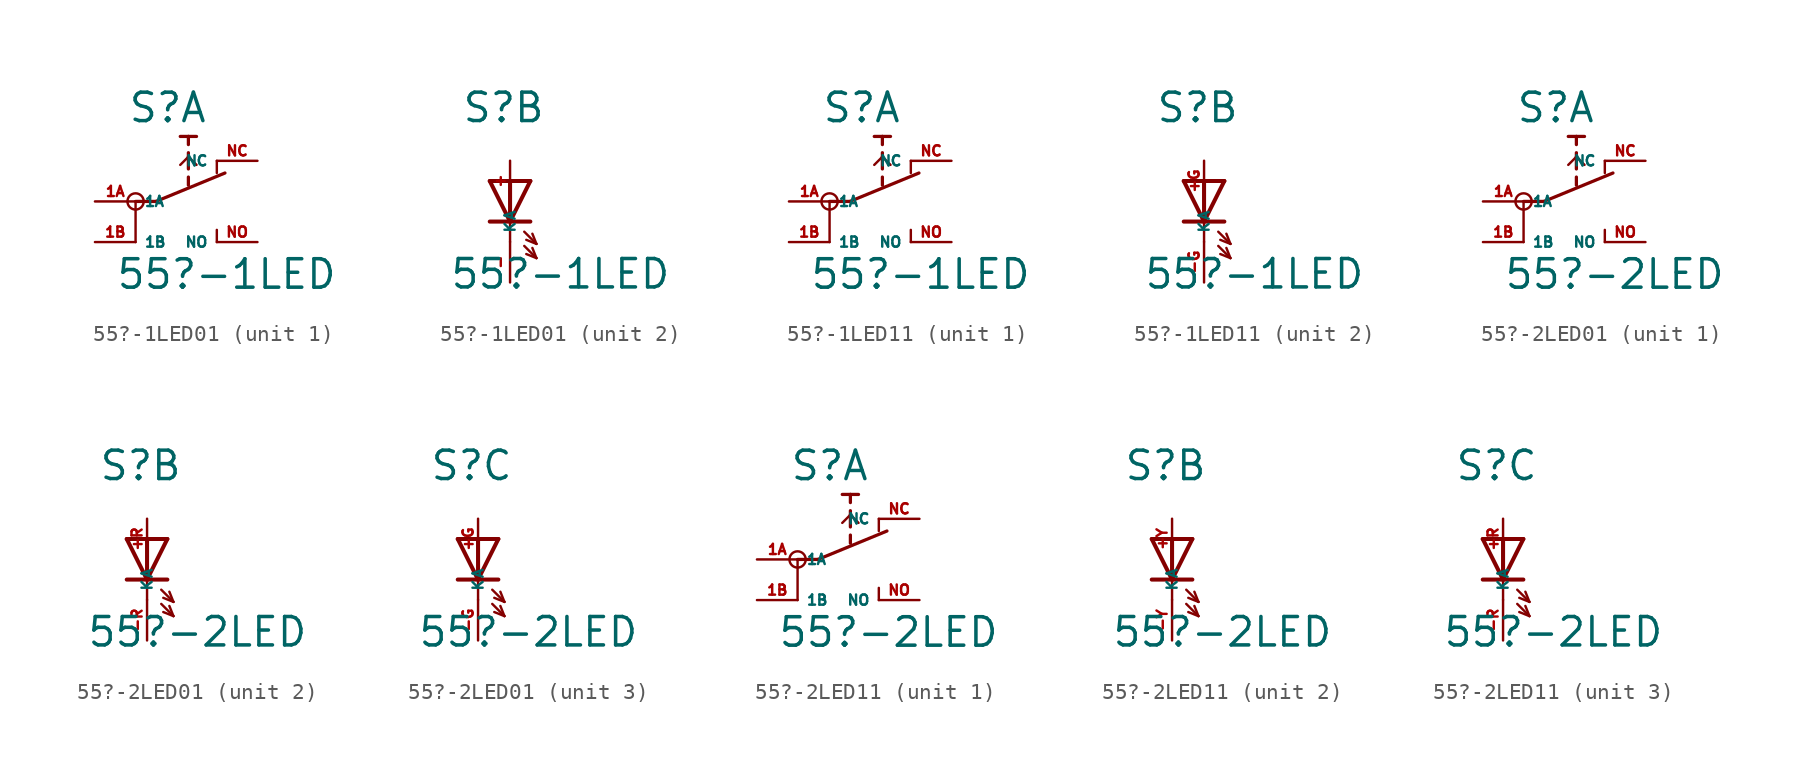
<source format=kicad_sym>
(kicad_symbol_lib
  (version 20220914)
  (generator Eagle2Kicad)
  (symbol "55?-1LED01"
    (property "Reference" "S"
      (at -3.048 4.826 0)
      (effects (font (size 1.778 1.778) (thickness 0.22)) (justify left bottom)))
    (property "Value" "55?-1LED"
      (at -3.81 -5.588 0)
      (effects (font (size 1.778 1.778) (thickness 0.22)) (justify left bottom)))
    (symbol "55?-1LED01_1_0"
      (polyline (pts (xy -2.54 0) (xy -2.54 -2.54)) (stroke (width 0.152) (type default)) (fill (type none)))
      (polyline (pts (xy -1.27 0) (xy 3.048 1.778)) (stroke (width 0.203) (type default)) (fill (type none)))
      (polyline (pts (xy 0.762 1.016) (xy 0.762 1.524)) (stroke (width 0.203) (type default)) (fill (type none)))
      (polyline (pts (xy 0.762 2.032) (xy 0.762 2.794)) (stroke (width 0.203) (type default)) (fill (type none)))
      (polyline (pts (xy 0.762 2.794) (xy 0.762 3.048)) (stroke (width 0.203) (type default)) (fill (type none)))
      (polyline (pts (xy 0.762 3.556) (xy 0.762 4.064)) (stroke (width 0.203) (type default)) (fill (type none)))
      (polyline (pts (xy 1.27 4.064) (xy 0.762 4.064)) (stroke (width 0.203) (type default)) (fill (type none)))
      (polyline (pts (xy 0.762 4.064) (xy 0.254 4.064)) (stroke (width 0.203) (type default)) (fill (type none)))
      (polyline (pts (xy 0.254 2.286) (xy 0.762 2.794)) (stroke (width 0.152) (type default)) (fill (type none)))
      (polyline (pts (xy 0.762 2.794) (xy 1.27 2.286)) (stroke (width 0.152) (type default)) (fill (type none)))
      (polyline (pts (xy -2.54 0) (xy -1.27 0)) (stroke (width 0.203) (type default)) (fill (type none)))
      (polyline (pts (xy 2.54 -1.778) (xy 2.54 -2.54)) (stroke (width 0.152) (type default)) (fill (type none)))
      (polyline (pts (xy 2.54 2.54) (xy 2.54 1.778)) (stroke (width 0.152) (type default)) (fill (type none)))
      (circle (center -2.54 0) (radius 0.508) (stroke (width 0) (type default)) (fill (type none)))
      (pin passive line (at -5.08 0 0) (length 2.54) (name "1A" (effects (font (size 0.635 0.635) (thickness 0.08)) (justify left bottom))) (number "1A" (effects (font (size 0.635 0.635) (thickness 0.08)) (justify left bottom))))
      (pin passive line (at -5.08 -2.54 0) (length 2.54) (name "1B" (effects (font (size 0.635 0.635) (thickness 0.08)) (justify left bottom))) (number "1B" (effects (font (size 0.635 0.635) (thickness 0.08)) (justify left bottom))))
      (pin passive line (at 5.08 -2.54 180) (length 2.54) (name "NO" (effects (font (size 0.635 0.635) (thickness 0.08)) (justify left bottom))) (number "NO" (effects (font (size 0.635 0.635) (thickness 0.08)) (justify left bottom))))
      (pin passive line (at 5.08 2.54 180) (length 2.54) (name "NC" (effects (font (size 0.635 0.635) (thickness 0.08)) (justify left bottom))) (number "NC" (effects (font (size 0.635 0.635) (thickness 0.08)) (justify left bottom)))))
    (symbol "55?-1LED01_2_0"
      (polyline (pts (xy 1.27 1.27) (xy 0 -1.27)) (stroke (width 0.254) (type default)) (fill (type none)))
      (polyline (pts (xy 0 -1.27) (xy 0 -2.54)) (stroke (width 0.152) (type default)) (fill (type none)))
      (polyline (pts (xy 0 -1.27) (xy -1.27 1.27)) (stroke (width 0.254) (type default)) (fill (type none)))
      (polyline (pts (xy 1.27 -1.27) (xy 0 -1.27)) (stroke (width 0.254) (type default)) (fill (type none)))
      (polyline (pts (xy 0 -1.27) (xy -1.27 -1.27)) (stroke (width 0.254) (type default)) (fill (type none)))
      (polyline (pts (xy 0.889 -1.905) (xy 1.651 -2.667)) (stroke (width 0.152) (type default)) (fill (type none)))
      (polyline (pts (xy 1.651 -2.667) (xy 1.397 -2.032)) (stroke (width 0.152) (type default)) (fill (type none)))
      (polyline (pts (xy 1.651 -2.667) (xy 1.016 -2.413)) (stroke (width 0.152) (type default)) (fill (type none)))
      (polyline (pts (xy 0.889 -2.794) (xy 1.651 -3.556)) (stroke (width 0.152) (type default)) (fill (type none)))
      (polyline (pts (xy 1.651 -3.556) (xy 1.397 -2.921)) (stroke (width 0.152) (type default)) (fill (type none)))
      (polyline (pts (xy 1.651 -3.556) (xy 1.016 -3.302)) (stroke (width 0.152) (type default)) (fill (type none)))
      (polyline (pts (xy 1.27 1.27) (xy 0 1.27)) (stroke (width 0.254) (type default)) (fill (type none)))
      (polyline (pts (xy 0 1.27) (xy -1.27 1.27)) (stroke (width 0.254) (type default)) (fill (type none)))
      (polyline (pts (xy 0 1.27) (xy 0 -1.27)) (stroke (width 0.254) (type default)) (fill (type none)))
      (pin passive line (at 0 -5.08 90) (length 2.54) (name "K" (effects (font (size 0.635 0.635) (thickness 0.08)) (justify left bottom))) (number "-" (effects (font (size 0.635 0.635) (thickness 0.08)) (justify left bottom))))
      (pin passive line (at 0 2.54 270) (length 2.54) (name "A" (effects (font (size 0.635 0.635) (thickness 0.08)) (justify left bottom))) (number "+" (effects (font (size 0.635 0.635) (thickness 0.08)) (justify left bottom))))))
  (symbol "55?-1LED11"
    (property "Reference" "S"
      (at -3.048 4.826 0)
      (effects (font (size 1.778 1.778) (thickness 0.22)) (justify left bottom)))
    (property "Value" "55?-1LED"
      (at -3.81 -5.588 0)
      (effects (font (size 1.778 1.778) (thickness 0.22)) (justify left bottom)))
    (symbol "55?-1LED11_1_0"
      (polyline (pts (xy -2.54 0) (xy -2.54 -2.54)) (stroke (width 0.152) (type default)) (fill (type none)))
      (polyline (pts (xy -1.27 0) (xy 3.048 1.778)) (stroke (width 0.203) (type default)) (fill (type none)))
      (polyline (pts (xy 0.762 1.016) (xy 0.762 1.524)) (stroke (width 0.203) (type default)) (fill (type none)))
      (polyline (pts (xy 0.762 2.032) (xy 0.762 2.794)) (stroke (width 0.203) (type default)) (fill (type none)))
      (polyline (pts (xy 0.762 2.794) (xy 0.762 3.048)) (stroke (width 0.203) (type default)) (fill (type none)))
      (polyline (pts (xy 0.762 3.556) (xy 0.762 4.064)) (stroke (width 0.203) (type default)) (fill (type none)))
      (polyline (pts (xy 1.27 4.064) (xy 0.762 4.064)) (stroke (width 0.203) (type default)) (fill (type none)))
      (polyline (pts (xy 0.762 4.064) (xy 0.254 4.064)) (stroke (width 0.203) (type default)) (fill (type none)))
      (polyline (pts (xy 0.254 2.286) (xy 0.762 2.794)) (stroke (width 0.152) (type default)) (fill (type none)))
      (polyline (pts (xy 0.762 2.794) (xy 1.27 2.286)) (stroke (width 0.152) (type default)) (fill (type none)))
      (polyline (pts (xy -2.54 0) (xy -1.27 0)) (stroke (width 0.203) (type default)) (fill (type none)))
      (polyline (pts (xy 2.54 -1.778) (xy 2.54 -2.54)) (stroke (width 0.152) (type default)) (fill (type none)))
      (polyline (pts (xy 2.54 2.54) (xy 2.54 1.778)) (stroke (width 0.152) (type default)) (fill (type none)))
      (circle (center -2.54 0) (radius 0.508) (stroke (width 0) (type default)) (fill (type none)))
      (pin passive line (at -5.08 0 0) (length 2.54) (name "1A" (effects (font (size 0.635 0.635) (thickness 0.08)) (justify left bottom))) (number "1A" (effects (font (size 0.635 0.635) (thickness 0.08)) (justify left bottom))))
      (pin passive line (at -5.08 -2.54 0) (length 2.54) (name "1B" (effects (font (size 0.635 0.635) (thickness 0.08)) (justify left bottom))) (number "1B" (effects (font (size 0.635 0.635) (thickness 0.08)) (justify left bottom))))
      (pin passive line (at 5.08 -2.54 180) (length 2.54) (name "NO" (effects (font (size 0.635 0.635) (thickness 0.08)) (justify left bottom))) (number "NO" (effects (font (size 0.635 0.635) (thickness 0.08)) (justify left bottom))))
      (pin passive line (at 5.08 2.54 180) (length 2.54) (name "NC" (effects (font (size 0.635 0.635) (thickness 0.08)) (justify left bottom))) (number "NC" (effects (font (size 0.635 0.635) (thickness 0.08)) (justify left bottom)))))
    (symbol "55?-1LED11_2_0"
      (polyline (pts (xy 1.27 1.27) (xy 0 -1.27)) (stroke (width 0.254) (type default)) (fill (type none)))
      (polyline (pts (xy 0 -1.27) (xy 0 -2.54)) (stroke (width 0.152) (type default)) (fill (type none)))
      (polyline (pts (xy 0 -1.27) (xy -1.27 1.27)) (stroke (width 0.254) (type default)) (fill (type none)))
      (polyline (pts (xy 1.27 -1.27) (xy 0 -1.27)) (stroke (width 0.254) (type default)) (fill (type none)))
      (polyline (pts (xy 0 -1.27) (xy -1.27 -1.27)) (stroke (width 0.254) (type default)) (fill (type none)))
      (polyline (pts (xy 0.889 -1.905) (xy 1.651 -2.667)) (stroke (width 0.152) (type default)) (fill (type none)))
      (polyline (pts (xy 1.651 -2.667) (xy 1.397 -2.032)) (stroke (width 0.152) (type default)) (fill (type none)))
      (polyline (pts (xy 1.651 -2.667) (xy 1.016 -2.413)) (stroke (width 0.152) (type default)) (fill (type none)))
      (polyline (pts (xy 0.889 -2.794) (xy 1.651 -3.556)) (stroke (width 0.152) (type default)) (fill (type none)))
      (polyline (pts (xy 1.651 -3.556) (xy 1.397 -2.921)) (stroke (width 0.152) (type default)) (fill (type none)))
      (polyline (pts (xy 1.651 -3.556) (xy 1.016 -3.302)) (stroke (width 0.152) (type default)) (fill (type none)))
      (polyline (pts (xy 1.27 1.27) (xy 0 1.27)) (stroke (width 0.254) (type default)) (fill (type none)))
      (polyline (pts (xy 0 1.27) (xy -1.27 1.27)) (stroke (width 0.254) (type default)) (fill (type none)))
      (polyline (pts (xy 0 1.27) (xy 0 -1.27)) (stroke (width 0.254) (type default)) (fill (type none)))
      (pin passive line (at 0 -5.08 90) (length 2.54) (name "K" (effects (font (size 0.635 0.635) (thickness 0.08)) (justify left bottom))) (number "-G" (effects (font (size 0.635 0.635) (thickness 0.08)) (justify left bottom))))
      (pin passive line (at 0 2.54 270) (length 2.54) (name "A" (effects (font (size 0.635 0.635) (thickness 0.08)) (justify left bottom))) (number "+G" (effects (font (size 0.635 0.635) (thickness 0.08)) (justify left bottom))))))
  (symbol "55?-2LED01"
    (property "Reference" "S"
      (at -3.048 4.826 0)
      (effects (font (size 1.778 1.778) (thickness 0.22)) (justify left bottom)))
    (property "Value" "55?-2LED"
      (at -3.81 -5.588 0)
      (effects (font (size 1.778 1.778) (thickness 0.22)) (justify left bottom)))
    (symbol "55?-2LED01_1_0"
      (polyline (pts (xy -2.54 0) (xy -2.54 -2.54)) (stroke (width 0.152) (type default)) (fill (type none)))
      (polyline (pts (xy -1.27 0) (xy 3.048 1.778)) (stroke (width 0.203) (type default)) (fill (type none)))
      (polyline (pts (xy 0.762 1.016) (xy 0.762 1.524)) (stroke (width 0.203) (type default)) (fill (type none)))
      (polyline (pts (xy 0.762 2.032) (xy 0.762 2.794)) (stroke (width 0.203) (type default)) (fill (type none)))
      (polyline (pts (xy 0.762 2.794) (xy 0.762 3.048)) (stroke (width 0.203) (type default)) (fill (type none)))
      (polyline (pts (xy 0.762 3.556) (xy 0.762 4.064)) (stroke (width 0.203) (type default)) (fill (type none)))
      (polyline (pts (xy 1.27 4.064) (xy 0.762 4.064)) (stroke (width 0.203) (type default)) (fill (type none)))
      (polyline (pts (xy 0.762 4.064) (xy 0.254 4.064)) (stroke (width 0.203) (type default)) (fill (type none)))
      (polyline (pts (xy 0.254 2.286) (xy 0.762 2.794)) (stroke (width 0.152) (type default)) (fill (type none)))
      (polyline (pts (xy 0.762 2.794) (xy 1.27 2.286)) (stroke (width 0.152) (type default)) (fill (type none)))
      (polyline (pts (xy -2.54 0) (xy -1.27 0)) (stroke (width 0.203) (type default)) (fill (type none)))
      (polyline (pts (xy 2.54 -1.778) (xy 2.54 -2.54)) (stroke (width 0.152) (type default)) (fill (type none)))
      (polyline (pts (xy 2.54 2.54) (xy 2.54 1.778)) (stroke (width 0.152) (type default)) (fill (type none)))
      (circle (center -2.54 0) (radius 0.508) (stroke (width 0) (type default)) (fill (type none)))
      (pin passive line (at -5.08 0 0) (length 2.54) (name "1A" (effects (font (size 0.635 0.635) (thickness 0.08)) (justify left bottom))) (number "1A" (effects (font (size 0.635 0.635) (thickness 0.08)) (justify left bottom))))
      (pin passive line (at -5.08 -2.54 0) (length 2.54) (name "1B" (effects (font (size 0.635 0.635) (thickness 0.08)) (justify left bottom))) (number "1B" (effects (font (size 0.635 0.635) (thickness 0.08)) (justify left bottom))))
      (pin passive line (at 5.08 -2.54 180) (length 2.54) (name "NO" (effects (font (size 0.635 0.635) (thickness 0.08)) (justify left bottom))) (number "NO" (effects (font (size 0.635 0.635) (thickness 0.08)) (justify left bottom))))
      (pin passive line (at 5.08 2.54 180) (length 2.54) (name "NC" (effects (font (size 0.635 0.635) (thickness 0.08)) (justify left bottom))) (number "NC" (effects (font (size 0.635 0.635) (thickness 0.08)) (justify left bottom)))))
    (symbol "55?-2LED01_2_0"
      (polyline (pts (xy 1.27 1.27) (xy 0 -1.27)) (stroke (width 0.254) (type default)) (fill (type none)))
      (polyline (pts (xy 0 -1.27) (xy 0 -2.54)) (stroke (width 0.152) (type default)) (fill (type none)))
      (polyline (pts (xy 0 -1.27) (xy -1.27 1.27)) (stroke (width 0.254) (type default)) (fill (type none)))
      (polyline (pts (xy 1.27 -1.27) (xy 0 -1.27)) (stroke (width 0.254) (type default)) (fill (type none)))
      (polyline (pts (xy 0 -1.27) (xy -1.27 -1.27)) (stroke (width 0.254) (type default)) (fill (type none)))
      (polyline (pts (xy 0.889 -1.905) (xy 1.651 -2.667)) (stroke (width 0.152) (type default)) (fill (type none)))
      (polyline (pts (xy 1.651 -2.667) (xy 1.397 -2.032)) (stroke (width 0.152) (type default)) (fill (type none)))
      (polyline (pts (xy 1.651 -2.667) (xy 1.016 -2.413)) (stroke (width 0.152) (type default)) (fill (type none)))
      (polyline (pts (xy 0.889 -2.794) (xy 1.651 -3.556)) (stroke (width 0.152) (type default)) (fill (type none)))
      (polyline (pts (xy 1.651 -3.556) (xy 1.397 -2.921)) (stroke (width 0.152) (type default)) (fill (type none)))
      (polyline (pts (xy 1.651 -3.556) (xy 1.016 -3.302)) (stroke (width 0.152) (type default)) (fill (type none)))
      (polyline (pts (xy 1.27 1.27) (xy 0 1.27)) (stroke (width 0.254) (type default)) (fill (type none)))
      (polyline (pts (xy 0 1.27) (xy -1.27 1.27)) (stroke (width 0.254) (type default)) (fill (type none)))
      (polyline (pts (xy 0 1.27) (xy 0 -1.27)) (stroke (width 0.254) (type default)) (fill (type none)))
      (pin passive line (at 0 -5.08 90) (length 2.54) (name "K" (effects (font (size 0.635 0.635) (thickness 0.08)) (justify left bottom))) (number "-R" (effects (font (size 0.635 0.635) (thickness 0.08)) (justify left bottom))))
      (pin passive line (at 0 2.54 270) (length 2.54) (name "A" (effects (font (size 0.635 0.635) (thickness 0.08)) (justify left bottom))) (number "+R" (effects (font (size 0.635 0.635) (thickness 0.08)) (justify left bottom)))))
    (symbol "55?-2LED01_3_0"
      (polyline (pts (xy 1.27 1.27) (xy 0 -1.27)) (stroke (width 0.254) (type default)) (fill (type none)))
      (polyline (pts (xy 0 -1.27) (xy 0 -2.54)) (stroke (width 0.152) (type default)) (fill (type none)))
      (polyline (pts (xy 0 -1.27) (xy -1.27 1.27)) (stroke (width 0.254) (type default)) (fill (type none)))
      (polyline (pts (xy 1.27 -1.27) (xy 0 -1.27)) (stroke (width 0.254) (type default)) (fill (type none)))
      (polyline (pts (xy 0 -1.27) (xy -1.27 -1.27)) (stroke (width 0.254) (type default)) (fill (type none)))
      (polyline (pts (xy 0.889 -1.905) (xy 1.651 -2.667)) (stroke (width 0.152) (type default)) (fill (type none)))
      (polyline (pts (xy 1.651 -2.667) (xy 1.397 -2.032)) (stroke (width 0.152) (type default)) (fill (type none)))
      (polyline (pts (xy 1.651 -2.667) (xy 1.016 -2.413)) (stroke (width 0.152) (type default)) (fill (type none)))
      (polyline (pts (xy 0.889 -2.794) (xy 1.651 -3.556)) (stroke (width 0.152) (type default)) (fill (type none)))
      (polyline (pts (xy 1.651 -3.556) (xy 1.397 -2.921)) (stroke (width 0.152) (type default)) (fill (type none)))
      (polyline (pts (xy 1.651 -3.556) (xy 1.016 -3.302)) (stroke (width 0.152) (type default)) (fill (type none)))
      (polyline (pts (xy 1.27 1.27) (xy 0 1.27)) (stroke (width 0.254) (type default)) (fill (type none)))
      (polyline (pts (xy 0 1.27) (xy -1.27 1.27)) (stroke (width 0.254) (type default)) (fill (type none)))
      (polyline (pts (xy 0 1.27) (xy 0 -1.27)) (stroke (width 0.254) (type default)) (fill (type none)))
      (pin passive line (at 0 -5.08 90) (length 2.54) (name "K" (effects (font (size 0.635 0.635) (thickness 0.08)) (justify left bottom))) (number "-G" (effects (font (size 0.635 0.635) (thickness 0.08)) (justify left bottom))))
      (pin passive line (at 0 2.54 270) (length 2.54) (name "A" (effects (font (size 0.635 0.635) (thickness 0.08)) (justify left bottom))) (number "+G" (effects (font (size 0.635 0.635) (thickness 0.08)) (justify left bottom))))))
  (symbol "55?-2LED11"
    (property "Reference" "S"
      (at -3.048 4.826 0)
      (effects (font (size 1.778 1.778) (thickness 0.22)) (justify left bottom)))
    (property "Value" "55?-2LED"
      (at -3.81 -5.588 0)
      (effects (font (size 1.778 1.778) (thickness 0.22)) (justify left bottom)))
    (symbol "55?-2LED11_1_0"
      (polyline (pts (xy -2.54 0) (xy -2.54 -2.54)) (stroke (width 0.152) (type default)) (fill (type none)))
      (polyline (pts (xy -1.27 0) (xy 3.048 1.778)) (stroke (width 0.203) (type default)) (fill (type none)))
      (polyline (pts (xy 0.762 1.016) (xy 0.762 1.524)) (stroke (width 0.203) (type default)) (fill (type none)))
      (polyline (pts (xy 0.762 2.032) (xy 0.762 2.794)) (stroke (width 0.203) (type default)) (fill (type none)))
      (polyline (pts (xy 0.762 2.794) (xy 0.762 3.048)) (stroke (width 0.203) (type default)) (fill (type none)))
      (polyline (pts (xy 0.762 3.556) (xy 0.762 4.064)) (stroke (width 0.203) (type default)) (fill (type none)))
      (polyline (pts (xy 1.27 4.064) (xy 0.762 4.064)) (stroke (width 0.203) (type default)) (fill (type none)))
      (polyline (pts (xy 0.762 4.064) (xy 0.254 4.064)) (stroke (width 0.203) (type default)) (fill (type none)))
      (polyline (pts (xy 0.254 2.286) (xy 0.762 2.794)) (stroke (width 0.152) (type default)) (fill (type none)))
      (polyline (pts (xy 0.762 2.794) (xy 1.27 2.286)) (stroke (width 0.152) (type default)) (fill (type none)))
      (polyline (pts (xy -2.54 0) (xy -1.27 0)) (stroke (width 0.203) (type default)) (fill (type none)))
      (polyline (pts (xy 2.54 -1.778) (xy 2.54 -2.54)) (stroke (width 0.152) (type default)) (fill (type none)))
      (polyline (pts (xy 2.54 2.54) (xy 2.54 1.778)) (stroke (width 0.152) (type default)) (fill (type none)))
      (circle (center -2.54 0) (radius 0.508) (stroke (width 0) (type default)) (fill (type none)))
      (pin passive line (at -5.08 0 0) (length 2.54) (name "1A" (effects (font (size 0.635 0.635) (thickness 0.08)) (justify left bottom))) (number "1A" (effects (font (size 0.635 0.635) (thickness 0.08)) (justify left bottom))))
      (pin passive line (at -5.08 -2.54 0) (length 2.54) (name "1B" (effects (font (size 0.635 0.635) (thickness 0.08)) (justify left bottom))) (number "1B" (effects (font (size 0.635 0.635) (thickness 0.08)) (justify left bottom))))
      (pin passive line (at 5.08 -2.54 180) (length 2.54) (name "NO" (effects (font (size 0.635 0.635) (thickness 0.08)) (justify left bottom))) (number "NO" (effects (font (size 0.635 0.635) (thickness 0.08)) (justify left bottom))))
      (pin passive line (at 5.08 2.54 180) (length 2.54) (name "NC" (effects (font (size 0.635 0.635) (thickness 0.08)) (justify left bottom))) (number "NC" (effects (font (size 0.635 0.635) (thickness 0.08)) (justify left bottom)))))
    (symbol "55?-2LED11_2_0"
      (polyline (pts (xy 1.27 1.27) (xy 0 -1.27)) (stroke (width 0.254) (type default)) (fill (type none)))
      (polyline (pts (xy 0 -1.27) (xy 0 -2.54)) (stroke (width 0.152) (type default)) (fill (type none)))
      (polyline (pts (xy 0 -1.27) (xy -1.27 1.27)) (stroke (width 0.254) (type default)) (fill (type none)))
      (polyline (pts (xy 1.27 -1.27) (xy 0 -1.27)) (stroke (width 0.254) (type default)) (fill (type none)))
      (polyline (pts (xy 0 -1.27) (xy -1.27 -1.27)) (stroke (width 0.254) (type default)) (fill (type none)))
      (polyline (pts (xy 0.889 -1.905) (xy 1.651 -2.667)) (stroke (width 0.152) (type default)) (fill (type none)))
      (polyline (pts (xy 1.651 -2.667) (xy 1.397 -2.032)) (stroke (width 0.152) (type default)) (fill (type none)))
      (polyline (pts (xy 1.651 -2.667) (xy 1.016 -2.413)) (stroke (width 0.152) (type default)) (fill (type none)))
      (polyline (pts (xy 0.889 -2.794) (xy 1.651 -3.556)) (stroke (width 0.152) (type default)) (fill (type none)))
      (polyline (pts (xy 1.651 -3.556) (xy 1.397 -2.921)) (stroke (width 0.152) (type default)) (fill (type none)))
      (polyline (pts (xy 1.651 -3.556) (xy 1.016 -3.302)) (stroke (width 0.152) (type default)) (fill (type none)))
      (polyline (pts (xy 1.27 1.27) (xy 0 1.27)) (stroke (width 0.254) (type default)) (fill (type none)))
      (polyline (pts (xy 0 1.27) (xy -1.27 1.27)) (stroke (width 0.254) (type default)) (fill (type none)))
      (polyline (pts (xy 0 1.27) (xy 0 -1.27)) (stroke (width 0.254) (type default)) (fill (type none)))
      (pin passive line (at 0 -5.08 90) (length 2.54) (name "K" (effects (font (size 0.635 0.635) (thickness 0.08)) (justify left bottom))) (number "-Y" (effects (font (size 0.635 0.635) (thickness 0.08)) (justify left bottom))))
      (pin passive line (at 0 2.54 270) (length 2.54) (name "A" (effects (font (size 0.635 0.635) (thickness 0.08)) (justify left bottom))) (number "+Y" (effects (font (size 0.635 0.635) (thickness 0.08)) (justify left bottom)))))
    (symbol "55?-2LED11_3_0"
      (polyline (pts (xy 1.27 1.27) (xy 0 -1.27)) (stroke (width 0.254) (type default)) (fill (type none)))
      (polyline (pts (xy 0 -1.27) (xy 0 -2.54)) (stroke (width 0.152) (type default)) (fill (type none)))
      (polyline (pts (xy 0 -1.27) (xy -1.27 1.27)) (stroke (width 0.254) (type default)) (fill (type none)))
      (polyline (pts (xy 1.27 -1.27) (xy 0 -1.27)) (stroke (width 0.254) (type default)) (fill (type none)))
      (polyline (pts (xy 0 -1.27) (xy -1.27 -1.27)) (stroke (width 0.254) (type default)) (fill (type none)))
      (polyline (pts (xy 0.889 -1.905) (xy 1.651 -2.667)) (stroke (width 0.152) (type default)) (fill (type none)))
      (polyline (pts (xy 1.651 -2.667) (xy 1.397 -2.032)) (stroke (width 0.152) (type default)) (fill (type none)))
      (polyline (pts (xy 1.651 -2.667) (xy 1.016 -2.413)) (stroke (width 0.152) (type default)) (fill (type none)))
      (polyline (pts (xy 0.889 -2.794) (xy 1.651 -3.556)) (stroke (width 0.152) (type default)) (fill (type none)))
      (polyline (pts (xy 1.651 -3.556) (xy 1.397 -2.921)) (stroke (width 0.152) (type default)) (fill (type none)))
      (polyline (pts (xy 1.651 -3.556) (xy 1.016 -3.302)) (stroke (width 0.152) (type default)) (fill (type none)))
      (polyline (pts (xy 1.27 1.27) (xy 0 1.27)) (stroke (width 0.254) (type default)) (fill (type none)))
      (polyline (pts (xy 0 1.27) (xy -1.27 1.27)) (stroke (width 0.254) (type default)) (fill (type none)))
      (polyline (pts (xy 0 1.27) (xy 0 -1.27)) (stroke (width 0.254) (type default)) (fill (type none)))
      (pin passive line (at 0 -5.08 90) (length 2.54) (name "K" (effects (font (size 0.635 0.635) (thickness 0.08)) (justify left bottom))) (number "-R" (effects (font (size 0.635 0.635) (thickness 0.08)) (justify left bottom))))
      (pin passive line (at 0 2.54 270) (length 2.54) (name "A" (effects (font (size 0.635 0.635) (thickness 0.08)) (justify left bottom))) (number "+R" (effects (font (size 0.635 0.635) (thickness 0.08)) (justify left bottom)))))))
</source>
